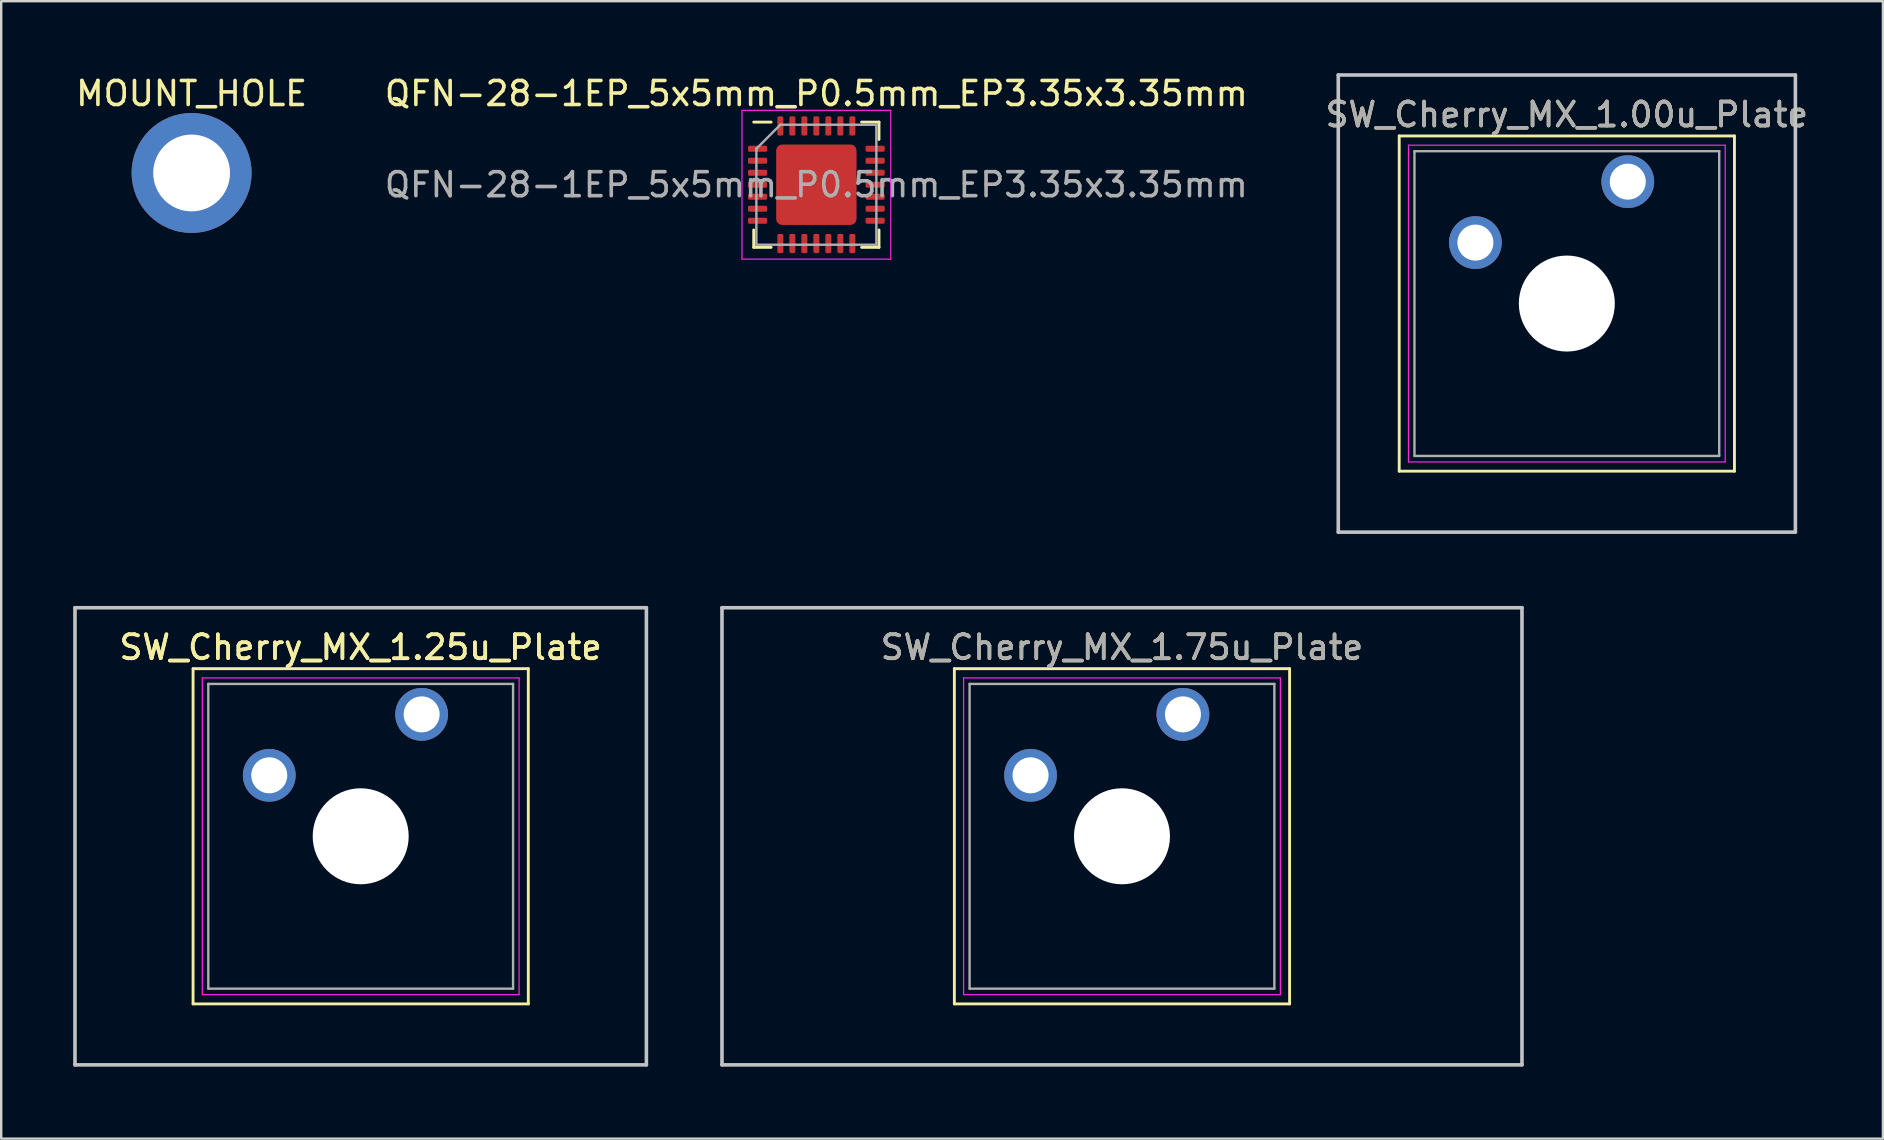
<source format=kicad_pcb>
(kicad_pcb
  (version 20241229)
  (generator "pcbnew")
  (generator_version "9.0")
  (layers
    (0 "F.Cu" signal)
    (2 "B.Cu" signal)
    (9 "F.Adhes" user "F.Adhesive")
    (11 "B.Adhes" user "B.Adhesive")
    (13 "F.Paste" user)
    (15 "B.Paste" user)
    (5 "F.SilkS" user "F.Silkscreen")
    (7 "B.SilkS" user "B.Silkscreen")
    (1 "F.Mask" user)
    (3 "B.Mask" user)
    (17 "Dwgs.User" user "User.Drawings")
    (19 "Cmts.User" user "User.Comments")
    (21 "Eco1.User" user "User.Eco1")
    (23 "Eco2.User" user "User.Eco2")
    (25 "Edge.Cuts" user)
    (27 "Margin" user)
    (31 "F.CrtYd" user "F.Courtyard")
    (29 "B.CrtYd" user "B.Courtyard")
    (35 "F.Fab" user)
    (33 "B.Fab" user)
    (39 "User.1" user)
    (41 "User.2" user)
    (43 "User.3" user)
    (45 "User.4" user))
  (footprint "SW_Cherry_MX_1.25u_Plate"
    (layer "F.Cu")
    (at 14.521 26.72)
    (property "Reference" "SW_Cherry_MX_1.25u_Plate" (at -2.54 -2.794 0) (layer "F.SilkS") (effects (font (size 1 1) (thickness 0.15))))
    (attr through_hole)
    (fp_line (start -9.525 -1.905) (end 4.445 -1.905) (stroke (width 0.12) (type solid)) (layer "F.SilkS"))
    (fp_line (start -9.525 12.065) (end -9.525 -1.905) (stroke (width 0.12) (type solid)) (layer "F.SilkS"))
    (fp_line (start 4.445 -1.905) (end 4.445 12.065) (stroke (width 0.12) (type solid)) (layer "F.SilkS"))
    (fp_line (start 4.445 12.065) (end -9.525 12.065) (stroke (width 0.12) (type solid)) (layer "F.SilkS"))
    (fp_line (start -14.446 -4.445) (end 9.366 -4.445) (stroke (width 0.15) (type solid)) (layer "Dwgs.User"))
    (fp_line (start -14.446 14.605) (end -14.446 -4.445) (stroke (width 0.15) (type solid)) (layer "Dwgs.User"))
    (fp_line (start 9.366 -4.445) (end 9.366 14.605) (stroke (width 0.15) (type solid)) (layer "Dwgs.User"))
    (fp_line (start 9.366 14.605) (end -14.446 14.605) (stroke (width 0.15) (type solid)) (layer "Dwgs.User"))
    (fp_line (start -9.14 -1.52) (end 4.06 -1.52) (stroke (width 0.05) (type solid)) (layer "F.CrtYd"))
    (fp_line (start -9.14 11.68) (end -9.14 -1.52) (stroke (width 0.05) (type solid)) (layer "F.CrtYd"))
    (fp_line (start 4.06 -1.52) (end 4.06 11.68) (stroke (width 0.05) (type solid)) (layer "F.CrtYd"))
    (fp_line (start 4.06 11.68) (end -9.14 11.68) (stroke (width 0.05) (type solid)) (layer "F.CrtYd"))
    (fp_line (start -8.89 -1.27) (end 3.81 -1.27) (stroke (width 0.1) (type solid)) (layer "F.Fab"))
    (fp_line (start -8.89 11.43) (end -8.89 -1.27) (stroke (width 0.1) (type solid)) (layer "F.Fab"))
    (fp_line (start 3.81 -1.27) (end 3.81 11.43) (stroke (width 0.1) (type solid)) (layer "F.Fab"))
    (fp_line (start 3.81 11.43) (end -8.89 11.43) (stroke (width 0.1) (type solid)) (layer "F.Fab"))
    (fp_text user "${REFERENCE}" (at -2.54 -2.794 0) (layer "F.SilkS") (effects (font (size 1 1) (thickness 0.15))))
    (pad "" np_thru_hole circle (at -2.54 5.08) (size 4 4) (drill 4) (layers "*.Cu" "*.Mask"))
    (pad "1" thru_hole circle (at 0 0) (size 2.2 2.2) (drill 1.5) (layers "*.Cu" "*.Mask"))
    (pad "2" thru_hole circle (at -6.35 2.54) (size 2.2 2.2) (drill 1.5) (layers "*.Cu" "*.Mask")))
  (footprint "QFN-28-1EP_5x5mm_P0.5mm_EP3.35x3.35mm"
    (layer "F.Cu")
    (at 30.97 4.648)
    (property "Reference" "QFN-28-1EP_5x5mm_P0.5mm_EP3.35x3.35mm" (at 0 -3.8 0) (layer "F.SilkS") (effects (font (size 1 1) (thickness 0.15))))
    (attr smd)
    (fp_line (start -2.61 2.61) (end -2.61 1.885) (stroke (width 0.12) (type solid)) (layer "F.SilkS"))
    (fp_line (start -1.885 -2.61) (end -2.61 -2.61) (stroke (width 0.12) (type solid)) (layer "F.SilkS"))
    (fp_line (start -1.885 2.61) (end -2.61 2.61) (stroke (width 0.12) (type solid)) (layer "F.SilkS"))
    (fp_line (start 1.885 -2.61) (end 2.61 -2.61) (stroke (width 0.12) (type solid)) (layer "F.SilkS"))
    (fp_line (start 1.885 2.61) (end 2.61 2.61) (stroke (width 0.12) (type solid)) (layer "F.SilkS"))
    (fp_line (start 2.61 -2.61) (end 2.61 -1.885) (stroke (width 0.12) (type solid)) (layer "F.SilkS"))
    (fp_line (start 2.61 2.61) (end 2.61 1.885) (stroke (width 0.12) (type solid)) (layer "F.SilkS"))
    (fp_line (start -3.1 -3.1) (end -3.1 3.1) (stroke (width 0.05) (type solid)) (layer "F.CrtYd"))
    (fp_line (start -3.1 3.1) (end 3.1 3.1) (stroke (width 0.05) (type solid)) (layer "F.CrtYd"))
    (fp_line (start 3.1 -3.1) (end -3.1 -3.1) (stroke (width 0.05) (type solid)) (layer "F.CrtYd"))
    (fp_line (start 3.1 3.1) (end 3.1 -3.1) (stroke (width 0.05) (type solid)) (layer "F.CrtYd"))
    (fp_line (start -2.5 -1.5) (end -1.5 -2.5) (stroke (width 0.1) (type solid)) (layer "F.Fab"))
    (fp_line (start -2.5 2.5) (end -2.5 -1.5) (stroke (width 0.1) (type solid)) (layer "F.Fab"))
    (fp_line (start -1.5 -2.5) (end 2.5 -2.5) (stroke (width 0.1) (type solid)) (layer "F.Fab"))
    (fp_line (start 2.5 -2.5) (end 2.5 2.5) (stroke (width 0.1) (type solid)) (layer "F.Fab"))
    (fp_line (start 2.5 2.5) (end -2.5 2.5) (stroke (width 0.1) (type solid)) (layer "F.Fab"))
    (fp_text user "${REFERENCE}" (at 0 0 0) (layer "F.Fab") (effects (font (size 1 1) (thickness 0.15))))
    (pad "" smd roundrect (at -1.12 -1.12) (size 0.9 0.9) (layers "F.Paste") (roundrect_rratio 0.25))
    (pad "" smd roundrect (at -1.12 0) (size 0.9 0.9) (layers "F.Paste") (roundrect_rratio 0.25))
    (pad "" smd roundrect (at -1.12 1.12) (size 0.9 0.9) (layers "F.Paste") (roundrect_rratio 0.25))
    (pad "" smd roundrect (at 0 -1.12) (size 0.9 0.9) (layers "F.Paste") (roundrect_rratio 0.25))
    (pad "" smd roundrect (at 0 0) (size 0.9 0.9) (layers "F.Paste") (roundrect_rratio 0.25))
    (pad "" smd roundrect (at 0 1.12) (size 0.9 0.9) (layers "F.Paste") (roundrect_rratio 0.25))
    (pad "" smd roundrect (at 1.12 -1.12) (size 0.9 0.9) (layers "F.Paste") (roundrect_rratio 0.25))
    (pad "" smd roundrect (at 1.12 0) (size 0.9 0.9) (layers "F.Paste") (roundrect_rratio 0.25))
    (pad "" smd roundrect (at 1.12 1.12) (size 0.9 0.9) (layers "F.Paste") (roundrect_rratio 0.25))
    (pad "1" smd roundrect (at -2.45 -1.5) (size 0.8 0.25) (layers "F.Cu" "F.Mask" "F.Paste") (roundrect_rratio 0.25))
    (pad "2" smd roundrect (at -2.45 -1) (size 0.8 0.25) (layers "F.Cu" "F.Mask" "F.Paste") (roundrect_rratio 0.25))
    (pad "3" smd roundrect (at -2.45 -0.5) (size 0.8 0.25) (layers "F.Cu" "F.Mask" "F.Paste") (roundrect_rratio 0.25))
    (pad "4" smd roundrect (at -2.45 0) (size 0.8 0.25) (layers "F.Cu" "F.Mask" "F.Paste") (roundrect_rratio 0.25))
    (pad "5" smd roundrect (at -2.45 0.5) (size 0.8 0.25) (layers "F.Cu" "F.Mask" "F.Paste") (roundrect_rratio 0.25))
    (pad "6" smd roundrect (at -2.45 1) (size 0.8 0.25) (layers "F.Cu" "F.Mask" "F.Paste") (roundrect_rratio 0.25))
    (pad "7" smd roundrect (at -2.45 1.5) (size 0.8 0.25) (layers "F.Cu" "F.Mask" "F.Paste") (roundrect_rratio 0.25))
    (pad "8" smd roundrect (at -1.5 2.45) (size 0.25 0.8) (layers "F.Cu" "F.Mask" "F.Paste") (roundrect_rratio 0.25))
    (pad "9" smd roundrect (at -1 2.45) (size 0.25 0.8) (layers "F.Cu" "F.Mask" "F.Paste") (roundrect_rratio 0.25))
    (pad "10" smd roundrect (at -0.5 2.45) (size 0.25 0.8) (layers "F.Cu" "F.Mask" "F.Paste") (roundrect_rratio 0.25))
    (pad "11" smd roundrect (at 0 2.45) (size 0.25 0.8) (layers "F.Cu" "F.Mask" "F.Paste") (roundrect_rratio 0.25))
    (pad "12" smd roundrect (at 0.5 2.45) (size 0.25 0.8) (layers "F.Cu" "F.Mask" "F.Paste") (roundrect_rratio 0.25))
    (pad "13" smd roundrect (at 1 2.45) (size 0.25 0.8) (layers "F.Cu" "F.Mask" "F.Paste") (roundrect_rratio 0.25))
    (pad "14" smd roundrect (at 1.5 2.45) (size 0.25 0.8) (layers "F.Cu" "F.Mask" "F.Paste") (roundrect_rratio 0.25))
    (pad "15" smd roundrect (at 2.45 1.5) (size 0.8 0.25) (layers "F.Cu" "F.Mask" "F.Paste") (roundrect_rratio 0.25))
    (pad "16" smd roundrect (at 2.45 1) (size 0.8 0.25) (layers "F.Cu" "F.Mask" "F.Paste") (roundrect_rratio 0.25))
    (pad "17" smd roundrect (at 2.45 0.5) (size 0.8 0.25) (layers "F.Cu" "F.Mask" "F.Paste") (roundrect_rratio 0.25))
    (pad "18" smd roundrect (at 2.45 0) (size 0.8 0.25) (layers "F.Cu" "F.Mask" "F.Paste") (roundrect_rratio 0.25))
    (pad "19" smd roundrect (at 2.45 -0.5) (size 0.8 0.25) (layers "F.Cu" "F.Mask" "F.Paste") (roundrect_rratio 0.25))
    (pad "20" smd roundrect (at 2.45 -1) (size 0.8 0.25) (layers "F.Cu" "F.Mask" "F.Paste") (roundrect_rratio 0.25))
    (pad "21" smd roundrect (at 2.45 -1.5) (size 0.8 0.25) (layers "F.Cu" "F.Mask" "F.Paste") (roundrect_rratio 0.25))
    (pad "22" smd roundrect (at 1.5 -2.45) (size 0.25 0.8) (layers "F.Cu" "F.Mask" "F.Paste") (roundrect_rratio 0.25))
    (pad "23" smd roundrect (at 1 -2.45) (size 0.25 0.8) (layers "F.Cu" "F.Mask" "F.Paste") (roundrect_rratio 0.25))
    (pad "24" smd roundrect (at 0.5 -2.45) (size 0.25 0.8) (layers "F.Cu" "F.Mask" "F.Paste") (roundrect_rratio 0.25))
    (pad "25" smd roundrect (at 0 -2.45) (size 0.25 0.8) (layers "F.Cu" "F.Mask" "F.Paste") (roundrect_rratio 0.25))
    (pad "26" smd roundrect (at -0.5 -2.45) (size 0.25 0.8) (layers "F.Cu" "F.Mask" "F.Paste") (roundrect_rratio 0.25))
    (pad "27" smd roundrect (at -1 -2.45) (size 0.25 0.8) (layers "F.Cu" "F.Mask" "F.Paste") (roundrect_rratio 0.25))
    (pad "28" smd roundrect (at -1.5 -2.45) (size 0.25 0.8) (layers "F.Cu" "F.Mask" "F.Paste") (roundrect_rratio 0.25))
    (pad "29" smd roundrect (at 0 0) (size 3.35 3.35) (layers "F.Cu" "F.Mask") (roundrect_rratio 0.075)))
  (footprint "SW_Cherry_MX_1.00u_Plate"
    (layer "F.Cu")
    (at 64.784 4.52)
    (property "Reference" "SW_Cherry_MX_1.00u_Plate" (at -2.54 -2.794 0) (layer "F.SilkS") (effects (font (size 1 1) (thickness 0.15))))
    (attr through_hole)
    (fp_line (start -9.525 -1.905) (end 4.445 -1.905) (stroke (width 0.12) (type solid)) (layer "F.SilkS"))
    (fp_line (start -9.525 12.065) (end -9.525 -1.905) (stroke (width 0.12) (type solid)) (layer "F.SilkS"))
    (fp_line (start 4.445 -1.905) (end 4.445 12.065) (stroke (width 0.12) (type solid)) (layer "F.SilkS"))
    (fp_line (start 4.445 12.065) (end -9.525 12.065) (stroke (width 0.12) (type solid)) (layer "F.SilkS"))
    (fp_line (start -12.065 -4.445) (end 6.985 -4.445) (stroke (width 0.15) (type solid)) (layer "Dwgs.User"))
    (fp_line (start -12.065 14.605) (end -12.065 -4.445) (stroke (width 0.15) (type solid)) (layer "Dwgs.User"))
    (fp_line (start 6.985 -4.445) (end 6.985 14.605) (stroke (width 0.15) (type solid)) (layer "Dwgs.User"))
    (fp_line (start 6.985 14.605) (end -12.065 14.605) (stroke (width 0.15) (type solid)) (layer "Dwgs.User"))
    (fp_line (start -9.14 -1.52) (end 4.06 -1.52) (stroke (width 0.05) (type solid)) (layer "F.CrtYd"))
    (fp_line (start -9.14 11.68) (end -9.14 -1.52) (stroke (width 0.05) (type solid)) (layer "F.CrtYd"))
    (fp_line (start 4.06 -1.52) (end 4.06 11.68) (stroke (width 0.05) (type solid)) (layer "F.CrtYd"))
    (fp_line (start 4.06 11.68) (end -9.14 11.68) (stroke (width 0.05) (type solid)) (layer "F.CrtYd"))
    (fp_line (start -8.89 -1.27) (end 3.81 -1.27) (stroke (width 0.1) (type solid)) (layer "F.Fab"))
    (fp_line (start -8.89 11.43) (end -8.89 -1.27) (stroke (width 0.1) (type solid)) (layer "F.Fab"))
    (fp_line (start 3.81 -1.27) (end 3.81 11.43) (stroke (width 0.1) (type solid)) (layer "F.Fab"))
    (fp_line (start 3.81 11.43) (end -8.89 11.43) (stroke (width 0.1) (type solid)) (layer "F.Fab"))
    (fp_text user "${REFERENCE}" (at -2.54 -2.794 0) (layer "F.Fab") (effects (font (size 1 1) (thickness 0.15))))
    (pad "" np_thru_hole circle (at -2.54 5.08) (size 4 4) (drill 4) (layers "*.Cu" "*.Mask"))
    (pad "1" thru_hole circle (at 0 0) (size 2.2 2.2) (drill 1.5) (layers "*.Cu" "*.Mask"))
    (pad "2" thru_hole circle (at -6.35 2.54) (size 2.2 2.2) (drill 1.5) (layers "*.Cu" "*.Mask")))
  (footprint "SW_Cherry_MX_1.75u_Plate"
    (layer "F.Cu")
    (at 46.246 26.72)
    (property "Reference" "SW_Cherry_MX_1.75u_Plate" (at -2.54 -2.794 0) (layer "F.SilkS") (effects (font (size 1 1) (thickness 0.15))))
    (attr through_hole)
    (fp_line (start -9.525 -1.905) (end 4.445 -1.905) (stroke (width 0.12) (type solid)) (layer "F.SilkS"))
    (fp_line (start -9.525 12.065) (end -9.525 -1.905) (stroke (width 0.12) (type solid)) (layer "F.SilkS"))
    (fp_line (start 4.445 -1.905) (end 4.445 12.065) (stroke (width 0.12) (type solid)) (layer "F.SilkS"))
    (fp_line (start 4.445 12.065) (end -9.525 12.065) (stroke (width 0.12) (type solid)) (layer "F.SilkS"))
    (fp_line (start -19.209 -4.445) (end 14.129 -4.445) (stroke (width 0.15) (type solid)) (layer "Dwgs.User"))
    (fp_line (start -19.209 14.605) (end -19.209 -4.445) (stroke (width 0.15) (type solid)) (layer "Dwgs.User"))
    (fp_line (start 14.129 -4.445) (end 14.129 14.605) (stroke (width 0.15) (type solid)) (layer "Dwgs.User"))
    (fp_line (start 14.129 14.605) (end -19.209 14.605) (stroke (width 0.15) (type solid)) (layer "Dwgs.User"))
    (fp_line (start -9.14 -1.52) (end 4.06 -1.52) (stroke (width 0.05) (type solid)) (layer "F.CrtYd"))
    (fp_line (start -9.14 11.68) (end -9.14 -1.52) (stroke (width 0.05) (type solid)) (layer "F.CrtYd"))
    (fp_line (start 4.06 -1.52) (end 4.06 11.68) (stroke (width 0.05) (type solid)) (layer "F.CrtYd"))
    (fp_line (start 4.06 11.68) (end -9.14 11.68) (stroke (width 0.05) (type solid)) (layer "F.CrtYd"))
    (fp_line (start -8.89 -1.27) (end 3.81 -1.27) (stroke (width 0.1) (type solid)) (layer "F.Fab"))
    (fp_line (start -8.89 11.43) (end -8.89 -1.27) (stroke (width 0.1) (type solid)) (layer "F.Fab"))
    (fp_line (start 3.81 -1.27) (end 3.81 11.43) (stroke (width 0.1) (type solid)) (layer "F.Fab"))
    (fp_line (start 3.81 11.43) (end -8.89 11.43) (stroke (width 0.1) (type solid)) (layer "F.Fab"))
    (fp_text user "${REFERENCE}" (at -2.54 -2.794 0) (layer "F.Fab") (effects (font (size 1 1) (thickness 0.15))))
    (pad "" np_thru_hole circle (at -2.54 5.08) (size 4 4) (drill 4) (layers "*.Cu" "*.Mask"))
    (pad "1" thru_hole circle (at 0 0) (size 2.2 2.2) (drill 1.5) (layers "*.Cu" "*.Mask"))
    (pad "2" thru_hole circle (at -6.35 2.54) (size 2.2 2.2) (drill 1.5) (layers "*.Cu" "*.Mask")))
  (footprint "MOUNT_HOLE"
    (layer "F.Cu")
    (at 4.935 4.158)
    (property "Reference" "MOUNT_HOLE" (at 0 -3.31 0) (layer "F.SilkS") (effects (font (size 1 1) (thickness 0.15))))
    (attr through_hole)
    (pad "" thru_hole circle (at 0 0) (size 5 5) (drill 3.2) (layers "*.Cu" "*.Mask")))
  (gr_rect
    (start -3 -3)
    (end 75.417 44.4)
    (stroke (width 0.1) (type default))
    (fill no)
    (layer "Edge.Cuts")))
</source>
